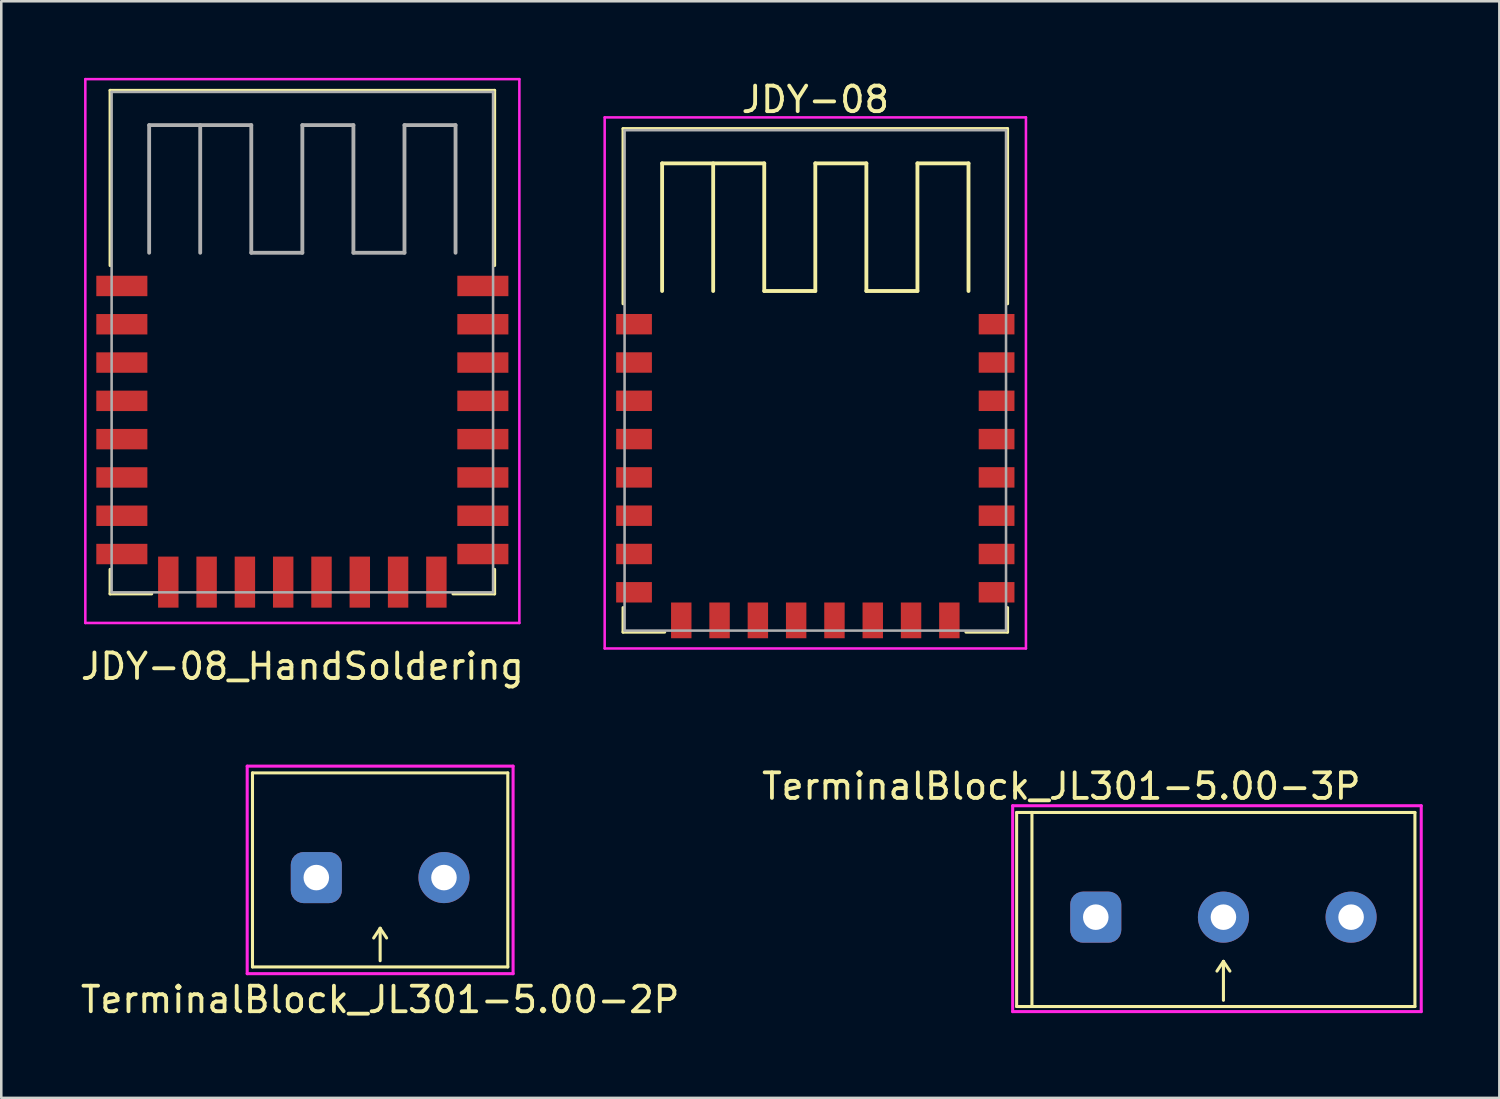
<source format=kicad_pcb>
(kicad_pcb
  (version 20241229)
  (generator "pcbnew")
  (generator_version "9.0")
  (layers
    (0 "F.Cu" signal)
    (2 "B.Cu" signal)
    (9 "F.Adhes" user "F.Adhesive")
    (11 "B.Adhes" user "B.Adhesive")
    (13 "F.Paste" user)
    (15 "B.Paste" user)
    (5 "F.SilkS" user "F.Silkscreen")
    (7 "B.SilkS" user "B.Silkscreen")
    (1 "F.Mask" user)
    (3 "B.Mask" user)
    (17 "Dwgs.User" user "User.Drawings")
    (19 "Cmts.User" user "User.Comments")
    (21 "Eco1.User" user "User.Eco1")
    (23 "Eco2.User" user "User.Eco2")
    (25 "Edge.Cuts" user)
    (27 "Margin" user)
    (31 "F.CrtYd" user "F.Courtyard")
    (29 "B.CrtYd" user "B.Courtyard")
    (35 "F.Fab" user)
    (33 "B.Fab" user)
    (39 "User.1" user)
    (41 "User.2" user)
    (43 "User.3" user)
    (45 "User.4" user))
  (footprint "JDY-08_HandSoldering"
    (layer "F.Cu")
    (at 8.792 10.35)
    (property "Reference" "JDY-08_HandSoldering" (at 0 12.7 0) (layer "F.SilkS") (effects (font (size 1 1) (thickness 0.15))))
    (attr through_hole)
    (fp_line (start -7.53 -9.86) (end 7.53 -9.86) (stroke (width 0.12) (type solid)) (layer "F.SilkS"))
    (fp_line (start -7.53 -3) (end -7.53 -9.86) (stroke (width 0.12) (type solid)) (layer "F.SilkS"))
    (fp_line (start -7.53 8.9) (end -7.53 9.86) (stroke (width 0.12) (type solid)) (layer "F.SilkS"))
    (fp_line (start -7.53 9.86) (end -5.9 9.86) (stroke (width 0.12) (type solid)) (layer "F.SilkS"))
    (fp_line (start 5.9 9.86) (end 7.53 9.86) (stroke (width 0.12) (type solid)) (layer "F.SilkS"))
    (fp_line (start 7.53 -9.86) (end 7.53 -3) (stroke (width 0.12) (type solid)) (layer "F.SilkS"))
    (fp_line (start 7.53 9.86) (end 7.53 8.9) (stroke (width 0.12) (type solid)) (layer "F.SilkS"))
    (fp_line (start -8.5 -10.3) (end -8.5 11) (stroke (width 0.1) (type solid)) (layer "F.CrtYd"))
    (fp_line (start -8.5 11) (end 8.5 11) (stroke (width 0.1) (type solid)) (layer "F.CrtYd"))
    (fp_line (start 8.5 -10.3) (end -8.5 -10.3) (stroke (width 0.1) (type solid)) (layer "F.CrtYd"))
    (fp_line (start 8.5 11) (end 8.5 -10.3) (stroke (width 0.1) (type solid)) (layer "F.CrtYd"))
    (fp_line (start -7.47 -9.8) (end -7.47 9.8) (stroke (width 0.1) (type solid)) (layer "F.Fab"))
    (fp_line (start -7.47 -9.8) (end 7.47 -9.8) (stroke (width 0.1) (type solid)) (layer "F.Fab"))
    (fp_line (start -7.47 9.8) (end 7.47 9.8) (stroke (width 0.1) (type solid)) (layer "F.Fab"))
    (fp_line (start -6 -8.5) (end -6 -3.5) (stroke (width 0.15) (type solid)) (layer "F.Fab"))
    (fp_line (start -4 -8.5) (end -4 -3.5) (stroke (width 0.15) (type solid)) (layer "F.Fab"))
    (fp_line (start -2 -8.5) (end -6 -8.5) (stroke (width 0.15) (type solid)) (layer "F.Fab"))
    (fp_line (start -2 -3.5) (end -2 -8.5) (stroke (width 0.15) (type solid)) (layer "F.Fab"))
    (fp_line (start 0 -8.5) (end 0 -3.5) (stroke (width 0.15) (type solid)) (layer "F.Fab"))
    (fp_line (start 0 -3.5) (end -2 -3.5) (stroke (width 0.15) (type solid)) (layer "F.Fab"))
    (fp_line (start 2 -8.5) (end 0 -8.5) (stroke (width 0.15) (type solid)) (layer "F.Fab"))
    (fp_line (start 2 -3.5) (end 2 -8.5) (stroke (width 0.15) (type solid)) (layer "F.Fab"))
    (fp_line (start 4 -8.5) (end 4 -3.5) (stroke (width 0.15) (type solid)) (layer "F.Fab"))
    (fp_line (start 4 -3.5) (end 2 -3.5) (stroke (width 0.15) (type solid)) (layer "F.Fab"))
    (fp_line (start 6 -8.5) (end 4 -8.5) (stroke (width 0.15) (type solid)) (layer "F.Fab"))
    (fp_line (start 6 -3.5) (end 6 -8.5) (stroke (width 0.15) (type solid)) (layer "F.Fab"))
    (fp_line (start 7.47 -9.8) (end 7.47 9.8) (stroke (width 0.1) (type solid)) (layer "F.Fab"))
    (pad "1" smd rect (at -7.07 -2.2 180) (size 2 0.8) (layers "F.Cu" "F.Mask" "F.Paste"))
    (pad "2" smd rect (at -7.07 -0.7 180) (size 2 0.8) (layers "F.Cu" "F.Mask" "F.Paste"))
    (pad "3" smd rect (at -7.07 0.8 180) (size 2 0.8) (layers "F.Cu" "F.Mask" "F.Paste"))
    (pad "4" smd rect (at -7.07 2.3 180) (size 2 0.8) (layers "F.Cu" "F.Mask" "F.Paste"))
    (pad "5" smd rect (at -7.07 3.8 180) (size 2 0.8) (layers "F.Cu" "F.Mask" "F.Paste"))
    (pad "6" smd rect (at -7.07 5.3 180) (size 2 0.8) (layers "F.Cu" "F.Mask" "F.Paste"))
    (pad "7" smd rect (at -7.07 6.8 180) (size 2 0.8) (layers "F.Cu" "F.Mask" "F.Paste"))
    (pad "8" smd rect (at -7.07 8.3 180) (size 2 0.8) (layers "F.Cu" "F.Mask" "F.Paste"))
    (pad "9" smd rect (at -5.25 9.4 180) (size 0.8 2) (layers "F.Cu" "F.Mask" "F.Paste"))
    (pad "10" smd rect (at -3.75 9.4 180) (size 0.8 2) (layers "F.Cu" "F.Mask" "F.Paste"))
    (pad "11" smd rect (at -2.25 9.4 180) (size 0.8 2) (layers "F.Cu" "F.Mask" "F.Paste"))
    (pad "12" smd rect (at -0.75 9.4 180) (size 0.8 2) (layers "F.Cu" "F.Mask" "F.Paste"))
    (pad "13" smd rect (at 0.75 9.4 180) (size 0.8 2) (layers "F.Cu" "F.Mask" "F.Paste"))
    (pad "14" smd rect (at 2.25 9.4 180) (size 0.8 2) (layers "F.Cu" "F.Mask" "F.Paste"))
    (pad "15" smd rect (at 3.75 9.4 180) (size 0.8 2) (layers "F.Cu" "F.Mask" "F.Paste"))
    (pad "16" smd rect (at 5.25 9.4 180) (size 0.8 2) (layers "F.Cu" "F.Mask" "F.Paste"))
    (pad "17" smd rect (at 7.07 8.3 180) (size 2 0.8) (layers "F.Cu" "F.Mask" "F.Paste"))
    (pad "18" smd rect (at 7.07 6.8 180) (size 2 0.8) (layers "F.Cu" "F.Mask" "F.Paste"))
    (pad "19" smd rect (at 7.07 5.3 180) (size 2 0.8) (layers "F.Cu" "F.Mask" "F.Paste"))
    (pad "20" smd rect (at 7.07 3.8 180) (size 2 0.8) (layers "F.Cu" "F.Mask" "F.Paste"))
    (pad "21" smd rect (at 7.07 2.3 180) (size 2 0.8) (layers "F.Cu" "F.Mask" "F.Paste"))
    (pad "22" smd rect (at 7.07 0.8 180) (size 2 0.8) (layers "F.Cu" "F.Mask" "F.Paste"))
    (pad "23" smd rect (at 7.07 -0.7 180) (size 2 0.8) (layers "F.Cu" "F.Mask" "F.Paste"))
    (pad "24" smd rect (at 7.07 -2.2 180) (size 2 0.8) (layers "F.Cu" "F.Mask" "F.Paste")))
  (footprint "TerminalBlock_JL301-5.00-3P"
    (layer "F.Cu")
    (at 44.868 32.572)
    (property "Reference" "TerminalBlock_JL301-5.00-3P" (at -6.35 -4.826 0) (layer "F.SilkS") (effects (font (size 1 1) (thickness 0.15))))
    (attr through_hole)
    (fp_line (start -8.1 -3.8) (end -8.1 3.8) (stroke (width 0.12) (type solid)) (layer "F.SilkS"))
    (fp_line (start -8.1 3.8) (end -7.5 3.8) (stroke (width 0.12) (type solid)) (layer "F.SilkS"))
    (fp_line (start -7.5 -3.8) (end -8.1 -3.8) (stroke (width 0.12) (type solid)) (layer "F.SilkS"))
    (fp_line (start -7.5 -3.8) (end 7.5 -3.8) (stroke (width 0.12) (type solid)) (layer "F.SilkS"))
    (fp_line (start -7.5 3.8) (end -7.5 -3.8) (stroke (width 0.12) (type solid)) (layer "F.SilkS"))
    (fp_line (start -7.5 3.8) (end 7.5 3.8) (stroke (width 0.12) (type solid)) (layer "F.SilkS"))
    (fp_line (start -0.254 2.413) (end 0 2.032) (stroke (width 0.12) (type solid)) (layer "F.SilkS"))
    (fp_line (start 0 2.032) (end 0.254 2.413) (stroke (width 0.12) (type solid)) (layer "F.SilkS"))
    (fp_line (start 0 3.556) (end 0 2.032) (stroke (width 0.12) (type solid)) (layer "F.SilkS"))
    (fp_line (start 7.5 -3.8) (end 7.5 3.8) (stroke (width 0.12) (type solid)) (layer "F.SilkS"))
    (fp_line (start -8.255 -4.064) (end 7.747 -4.064) (stroke (width 0.12) (type solid)) (layer "F.CrtYd"))
    (fp_line (start -8.255 4) (end -8.255 -4.064) (stroke (width 0.12) (type solid)) (layer "F.CrtYd"))
    (fp_line (start 7.747 -4.064) (end 7.747 4) (stroke (width 0.12) (type solid)) (layer "F.CrtYd"))
    (fp_line (start 7.747 4) (end -8.255 4) (stroke (width 0.12) (type solid)) (layer "F.CrtYd"))
    (pad "1" thru_hole roundrect (at -5 0.3) (size 2 2) (drill 1) (layers "*.Cu" "*.Mask") (roundrect_rratio 0.25))
    (pad "2" thru_hole circle (at 0 0.3) (size 2 2) (drill 1) (layers "*.Cu" "*.Mask"))
    (pad "3" thru_hole circle (at 5 0.3) (size 2 2) (drill 1) (layers "*.Cu" "*.Mask")))
  (footprint "TerminalBlock_JL301-5.00-2P"
    (layer "F.Cu")
    (at 11.839 31.022)
    (property "Reference" "TerminalBlock_JL301-5.00-2P" (at 0 5.08 0) (layer "F.SilkS") (effects (font (size 1 1) (thickness 0.15))))
    (attr through_hole)
    (fp_line (start -5 -3.8) (end 5 -3.8) (stroke (width 0.12) (type solid)) (layer "F.SilkS"))
    (fp_line (start -5 3.8) (end -5 -3.8) (stroke (width 0.12) (type solid)) (layer "F.SilkS"))
    (fp_line (start 0 2.286) (end -0.254 2.667) (stroke (width 0.12) (type solid)) (layer "F.SilkS"))
    (fp_line (start 0 2.286) (end 0.254 2.667) (stroke (width 0.12) (type solid)) (layer "F.SilkS"))
    (fp_line (start 0 3.556) (end 0 2.286) (stroke (width 0.12) (type solid)) (layer "F.SilkS"))
    (fp_line (start 5 -3.8) (end 5 3.8) (stroke (width 0.12) (type solid)) (layer "F.SilkS"))
    (fp_line (start 5 3.8) (end -5 3.8) (stroke (width 0.12) (type solid)) (layer "F.SilkS"))
    (fp_line (start -5.207 -4.064) (end 5.207 -4.064) (stroke (width 0.12) (type solid)) (layer "F.CrtYd"))
    (fp_line (start -5.207 4.064) (end -5.207 -4.064) (stroke (width 0.12) (type solid)) (layer "F.CrtYd"))
    (fp_line (start 5.207 -4.064) (end 5.207 4.064) (stroke (width 0.12) (type solid)) (layer "F.CrtYd"))
    (fp_line (start 5.207 4.064) (end -5.207 4.064) (stroke (width 0.12) (type solid)) (layer "F.CrtYd"))
    (pad "1" thru_hole roundrect (at -2.5 0.3) (size 2 2) (drill 1) (layers "*.Cu" "*.Mask") (roundrect_rratio 0.25))
    (pad "2" thru_hole circle (at 2.5 0.3) (size 2 2) (drill 1) (layers "*.Cu" "*.Mask")))
  (footprint "JDY-08"
    (layer "F.Cu")
    (at 28.883 11.848)
    (property "Reference" "JDY-08" (at 0 -11 0) (layer "F.SilkS") (effects (font (size 1 1) (thickness 0.15))))
    (attr through_hole)
    (fp_line (start -7.53 -9.86) (end 7.53 -9.86) (stroke (width 0.12) (type solid)) (layer "F.SilkS"))
    (fp_line (start -7.53 -3) (end -7.53 -9.86) (stroke (width 0.12) (type solid)) (layer "F.SilkS"))
    (fp_line (start -7.53 8.9) (end -7.53 9.86) (stroke (width 0.12) (type solid)) (layer "F.SilkS"))
    (fp_line (start -7.53 9.86) (end -5.9 9.86) (stroke (width 0.12) (type solid)) (layer "F.SilkS"))
    (fp_line (start -6 -8.5) (end -6 -3.5) (stroke (width 0.15) (type solid)) (layer "F.SilkS"))
    (fp_line (start -4 -8.5) (end -4 -3.5) (stroke (width 0.15) (type solid)) (layer "F.SilkS"))
    (fp_line (start -2 -8.5) (end -6 -8.5) (stroke (width 0.15) (type solid)) (layer "F.SilkS"))
    (fp_line (start -2 -3.5) (end -2 -8.5) (stroke (width 0.15) (type solid)) (layer "F.SilkS"))
    (fp_line (start 0 -8.5) (end 0 -3.5) (stroke (width 0.15) (type solid)) (layer "F.SilkS"))
    (fp_line (start 0 -3.5) (end -2 -3.5) (stroke (width 0.15) (type solid)) (layer "F.SilkS"))
    (fp_line (start 2 -8.5) (end 0 -8.5) (stroke (width 0.15) (type solid)) (layer "F.SilkS"))
    (fp_line (start 2 -3.5) (end 2 -8.5) (stroke (width 0.15) (type solid)) (layer "F.SilkS"))
    (fp_line (start 4 -8.5) (end 4 -3.5) (stroke (width 0.15) (type solid)) (layer "F.SilkS"))
    (fp_line (start 4 -3.5) (end 2 -3.5) (stroke (width 0.15) (type solid)) (layer "F.SilkS"))
    (fp_line (start 5.9 9.86) (end 7.53 9.86) (stroke (width 0.12) (type solid)) (layer "F.SilkS"))
    (fp_line (start 6 -8.5) (end 4 -8.5) (stroke (width 0.15) (type solid)) (layer "F.SilkS"))
    (fp_line (start 6 -3.5) (end 6 -8.5) (stroke (width 0.15) (type solid)) (layer "F.SilkS"))
    (fp_line (start 7.53 -9.86) (end 7.53 -3) (stroke (width 0.12) (type solid)) (layer "F.SilkS"))
    (fp_line (start 7.53 9.86) (end 7.53 8.9) (stroke (width 0.12) (type solid)) (layer "F.SilkS"))
    (fp_line (start -8.25 -10.3) (end -8.25 10.5) (stroke (width 0.1) (type solid)) (layer "F.CrtYd"))
    (fp_line (start -8.25 10.5) (end 8.25 10.5) (stroke (width 0.1) (type solid)) (layer "F.CrtYd"))
    (fp_line (start 8.25 -10.3) (end -8.25 -10.3) (stroke (width 0.1) (type solid)) (layer "F.CrtYd"))
    (fp_line (start 8.25 10.5) (end 8.25 -10.3) (stroke (width 0.1) (type solid)) (layer "F.CrtYd"))
    (fp_line (start -7.47 -9.8) (end -7.47 9.8) (stroke (width 0.1) (type solid)) (layer "F.Fab"))
    (fp_line (start -7.47 -9.8) (end 7.47 -9.8) (stroke (width 0.1) (type solid)) (layer "F.Fab"))
    (fp_line (start -7.47 9.8) (end 7.47 9.8) (stroke (width 0.1) (type solid)) (layer "F.Fab"))
    (fp_line (start 7.47 -9.8) (end 7.47 9.8) (stroke (width 0.1) (type solid)) (layer "F.Fab"))
    (pad "1" smd rect (at -7.1 -2.2 180) (size 1.4 0.8) (layers "F.Cu" "F.Mask" "F.Paste"))
    (pad "2" smd rect (at -7.1 -0.7 180) (size 1.4 0.8) (layers "F.Cu" "F.Mask" "F.Paste"))
    (pad "3" smd rect (at -7.1 0.8 180) (size 1.4 0.8) (layers "F.Cu" "F.Mask" "F.Paste"))
    (pad "4" smd rect (at -7.1 2.3 180) (size 1.4 0.8) (layers "F.Cu" "F.Mask" "F.Paste"))
    (pad "5" smd rect (at -7.1 3.8 180) (size 1.4 0.8) (layers "F.Cu" "F.Mask" "F.Paste"))
    (pad "6" smd rect (at -7.1 5.3 180) (size 1.4 0.8) (layers "F.Cu" "F.Mask" "F.Paste"))
    (pad "7" smd rect (at -7.1 6.8 180) (size 1.4 0.8) (layers "F.Cu" "F.Mask" "F.Paste"))
    (pad "8" smd rect (at -7.1 8.3 180) (size 1.4 0.8) (layers "F.Cu" "F.Mask" "F.Paste"))
    (pad "9" smd rect (at -5.25 9.4 180) (size 0.8 1.4) (layers "F.Cu" "F.Mask" "F.Paste"))
    (pad "10" smd rect (at -3.75 9.4 180) (size 0.8 1.4) (layers "F.Cu" "F.Mask" "F.Paste"))
    (pad "11" smd rect (at -2.25 9.4 180) (size 0.8 1.4) (layers "F.Cu" "F.Mask" "F.Paste"))
    (pad "12" smd rect (at -0.75 9.4 180) (size 0.8 1.4) (layers "F.Cu" "F.Mask" "F.Paste"))
    (pad "13" smd rect (at 0.75 9.4 180) (size 0.8 1.4) (layers "F.Cu" "F.Mask" "F.Paste"))
    (pad "14" smd rect (at 2.25 9.4 180) (size 0.8 1.4) (layers "F.Cu" "F.Mask" "F.Paste"))
    (pad "15" smd rect (at 3.75 9.4 180) (size 0.8 1.4) (layers "F.Cu" "F.Mask" "F.Paste"))
    (pad "16" smd rect (at 5.25 9.4 180) (size 0.8 1.4) (layers "F.Cu" "F.Mask" "F.Paste"))
    (pad "17" smd rect (at 7.1 8.3 180) (size 1.4 0.8) (layers "F.Cu" "F.Mask" "F.Paste"))
    (pad "18" smd rect (at 7.1 6.8 180) (size 1.4 0.8) (layers "F.Cu" "F.Mask" "F.Paste"))
    (pad "19" smd rect (at 7.1 5.3 180) (size 1.4 0.8) (layers "F.Cu" "F.Mask" "F.Paste"))
    (pad "20" smd rect (at 7.1 3.8 180) (size 1.4 0.8) (layers "F.Cu" "F.Mask" "F.Paste"))
    (pad "21" smd rect (at 7.1 2.3 180) (size 1.4 0.8) (layers "F.Cu" "F.Mask" "F.Paste"))
    (pad "22" smd rect (at 7.1 0.8 180) (size 1.4 0.8) (layers "F.Cu" "F.Mask" "F.Paste"))
    (pad "23" smd rect (at 7.1 -0.7 180) (size 1.4 0.8) (layers "F.Cu" "F.Mask" "F.Paste"))
    (pad "24" smd rect (at 7.1 -2.2 180) (size 1.4 0.8) (layers "F.Cu" "F.Mask" "F.Paste")))
  (gr_rect
    (start -3 -3)
    (end 55.675 39.95)
    (stroke (width 0.1) (type default))
    (fill no)
    (layer "Edge.Cuts")))
</source>
